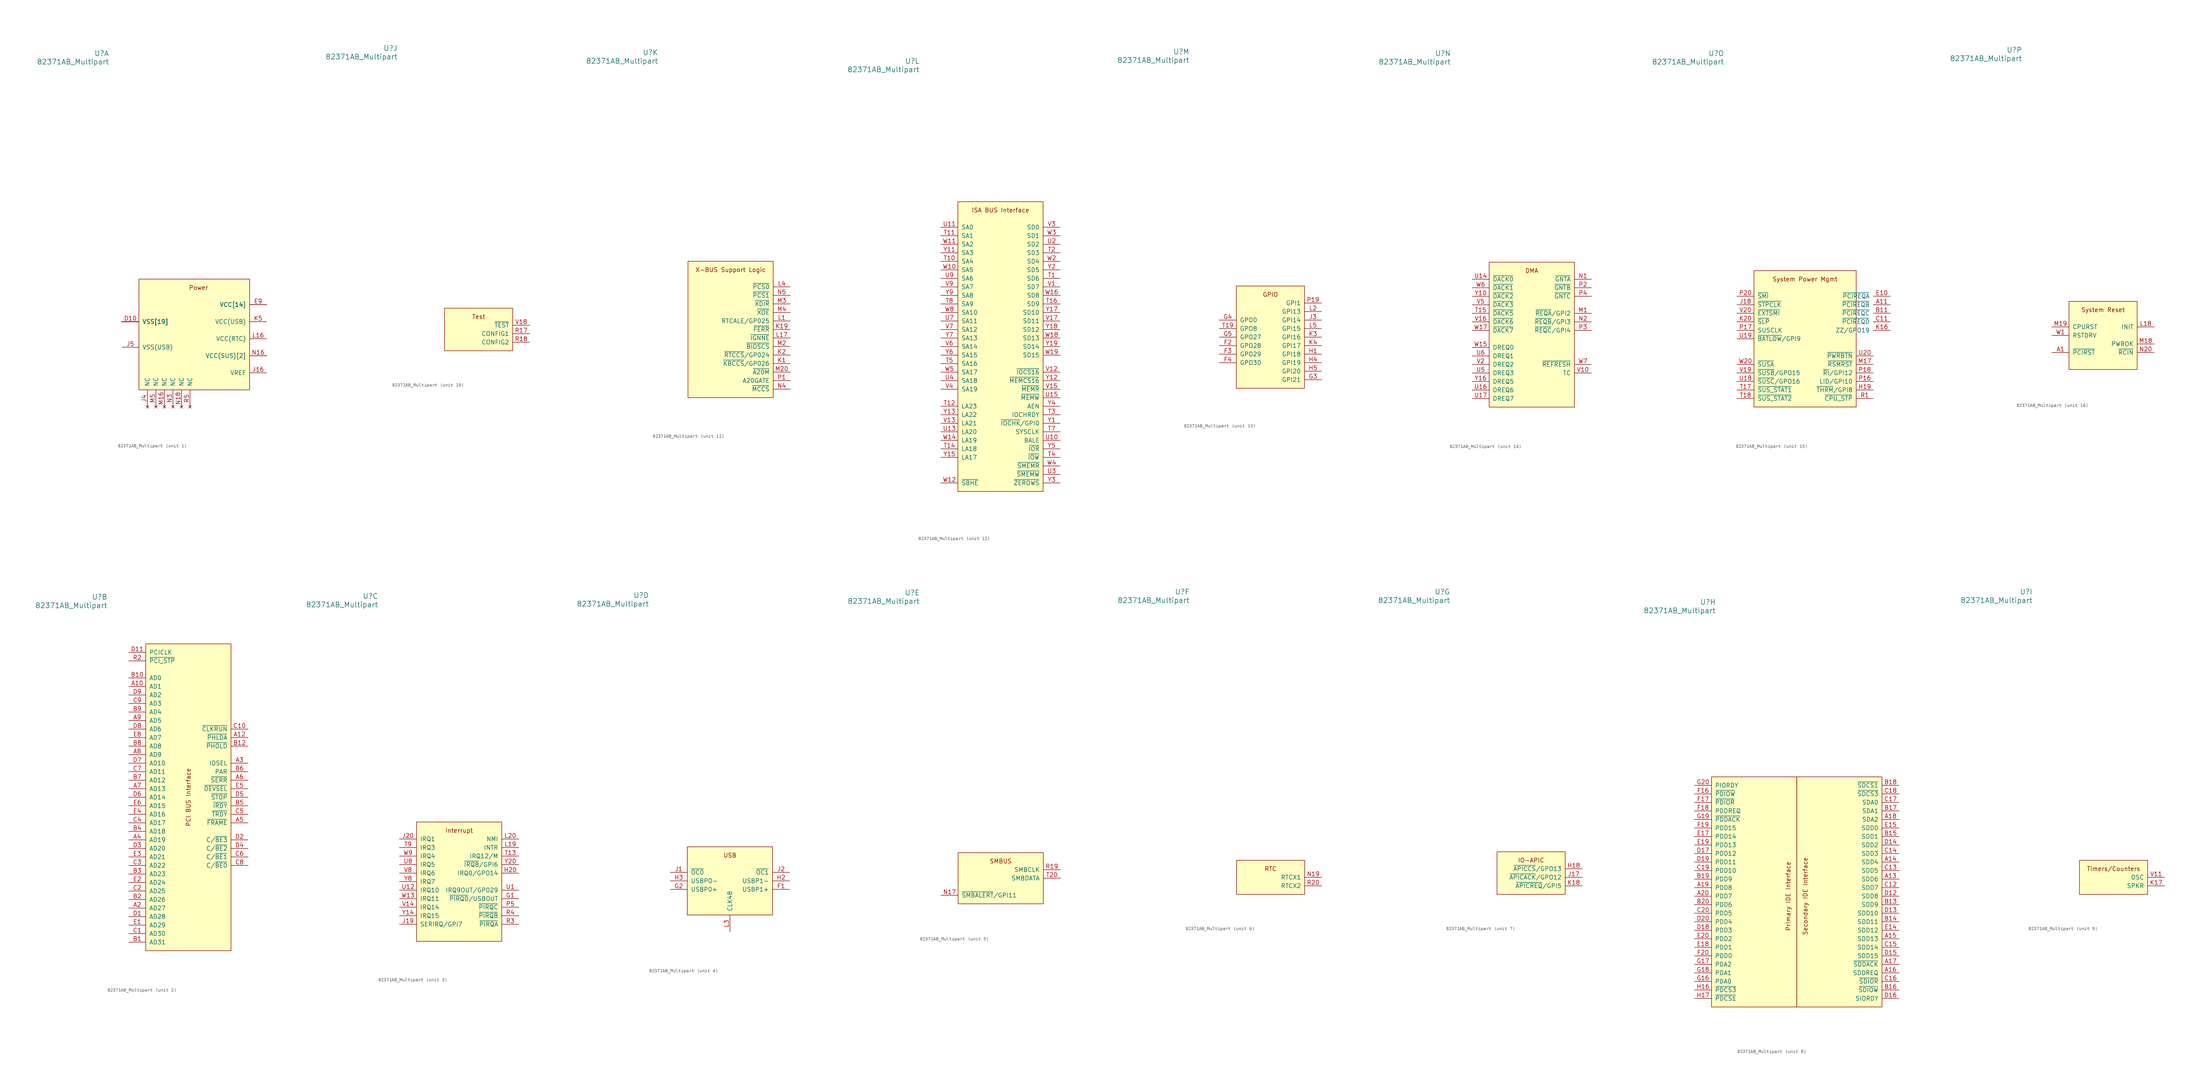
<source format=kicad_sym>
(kicad_symbol_lib
  (version 20211014)
  (generator kicad_symbol_editor)
  (symbol "82371AB_Multipart"
    (pin_names
      (offset 1.016))
    (property "Reference" "U"
      (at -24.13 85.09 0)
      (effects (font (size 1.524 1.524)) (justify right)))
    (property "Value" "82371AB_Multipart"
      (at -24.13 82.55 0)
      (effects (font (size 1.524 1.524)) (justify right)))
    (symbol "82371AB_Multipart_1_0"
      (text "Power" (at 2.54 15.24 0) (effects (font (size 1.27 1.27)))))
    (symbol "82371AB_Multipart_1_1"
      (rectangle (start -15.24 17.78) (end 17.78 -15.24) (stroke (width 0.152) (type default) (color 0 0 0 0)) (fill (type background)))
      (pin power_in line (at -20.32 5.08 0) (length 5.08) (name "VSS[19]" (effects (font (size 1.27 1.27)))) (number "D10" (effects (font (size 1.27 1.27)))))
      (pin power_in line (at 22.86 10.16 180) (length 5.08) (name "VCC[14]" (effects (font (size 1.27 1.27)))) (number "E11" (effects (font (size 0 0)))))
      (pin power_in line (at 22.86 10.16 180) (length 5.08) (name "VCC[14]" (effects (font (size 1.27 1.27)))) (number "E12" (effects (font (size 0 0)))))
      (pin power_in line (at -20.32 5.08 0) (length 5.08) (name "VSS[19]" (effects (font (size 1.27 1.27)))) (number "E13" (effects (font (size 0 0)))))
      (pin power_in line (at 22.86 10.16 180) (length 5.08) (name "VCC[14]" (effects (font (size 1.27 1.27)))) (number "E16" (effects (font (size 0 0)))))
      (pin power_in line (at -20.32 5.08 0) (length 5.08) (name "VSS[19]" (effects (font (size 1.27 1.27)))) (number "E7" (effects (font (size 0 0)))))
      (pin power_in line (at 22.86 10.16 180) (length 5.08) (name "VCC[14]" (effects (font (size 1.27 1.27)))) (number "E9" (effects (font (size 1.27 1.27)))))
      (pin power_in line (at 22.86 10.16 180) (length 5.08) (name "VCC[14]" (effects (font (size 1.27 1.27)))) (number "F14" (effects (font (size 0 0)))))
      (pin power_in line (at 22.86 10.16 180) (length 5.08) (name "VCC[14]" (effects (font (size 1.27 1.27)))) (number "F15" (effects (font (size 0 0)))))
      (pin power_in line (at 22.86 10.16 180) (length 5.08) (name "VCC[14]" (effects (font (size 1.27 1.27)))) (number "F5" (effects (font (size 0 0)))))
      (pin power_in line (at 22.86 10.16 180) (length 5.08) (name "VCC[14]" (effects (font (size 1.27 1.27)))) (number "F6" (effects (font (size 0 0)))))
      (pin power_in line (at 22.86 10.16 180) (length 5.08) (name "VCC[14]" (effects (font (size 1.27 1.27)))) (number "G6" (effects (font (size 0 0)))))
      (pin power_in line (at -20.32 5.08 0) (length 5.08) (name "VSS[19]" (effects (font (size 1.27 1.27)))) (number "J10" (effects (font (size 0 0)))))
      (pin power_in line (at -20.32 5.08 0) (length 5.08) (name "VSS[19]" (effects (font (size 1.27 1.27)))) (number "J11" (effects (font (size 0 0)))))
      (pin power_in line (at -20.32 5.08 0) (length 5.08) (name "VSS[19]" (effects (font (size 1.27 1.27)))) (number "J12" (effects (font (size 0 0)))))
      (pin power_in line (at 22.86 -10.16 180) (length 5.08) (name "VREF" (effects (font (size 1.27 1.27)))) (number "J16" (effects (font (size 1.27 1.27)))))
      (pin no_connect line (at -12.7 -20.32 90) (length 5.08) (name "NC" (effects (font (size 1.27 1.27)))) (number "J4" (effects (font (size 1.27 1.27)))))
      (pin power_in line (at -20.32 -2.54 0) (length 5.08) (name "VSS(USB)" (effects (font (size 1.27 1.27)))) (number "J5" (effects (font (size 1.27 1.27)))))
      (pin power_in line (at -20.32 5.08 0) (length 5.08) (name "VSS[19]" (effects (font (size 1.27 1.27)))) (number "J9" (effects (font (size 0 0)))))
      (pin power_in line (at -20.32 5.08 0) (length 5.08) (name "VSS[19]" (effects (font (size 1.27 1.27)))) (number "K10" (effects (font (size 0 0)))))
      (pin power_in line (at -20.32 5.08 0) (length 5.08) (name "VSS[19]" (effects (font (size 1.27 1.27)))) (number "K11" (effects (font (size 0 0)))))
      (pin power_in line (at -20.32 5.08 0) (length 5.08) (name "VSS[19]" (effects (font (size 1.27 1.27)))) (number "K12" (effects (font (size 0 0)))))
      (pin power_in line (at 22.86 5.08 180) (length 5.08) (name "VCC(USB)" (effects (font (size 1.27 1.27)))) (number "K5" (effects (font (size 1.27 1.27)))))
      (pin power_in line (at -20.32 5.08 0) (length 5.08) (name "VSS[19]" (effects (font (size 1.27 1.27)))) (number "K9" (effects (font (size 0 0)))))
      (pin power_in line (at -20.32 5.08 0) (length 5.08) (name "VSS[19]" (effects (font (size 1.27 1.27)))) (number "L10" (effects (font (size 0 0)))))
      (pin power_in line (at -20.32 5.08 0) (length 5.08) (name "VSS[19]" (effects (font (size 1.27 1.27)))) (number "L11" (effects (font (size 0 0)))))
      (pin power_in line (at -20.32 5.08 0) (length 5.08) (name "VSS[19]" (effects (font (size 1.27 1.27)))) (number "L12" (effects (font (size 0 0)))))
      (pin power_in line (at 22.86 0 180) (length 5.08) (name "VCC(RTC)" (effects (font (size 1.27 1.27)))) (number "L16" (effects (font (size 1.27 1.27)))))
      (pin power_in line (at -20.32 5.08 0) (length 5.08) (name "VSS[19]" (effects (font (size 1.27 1.27)))) (number "L9" (effects (font (size 0 0)))))
      (pin power_in line (at -20.32 5.08 0) (length 5.08) (name "VSS[19]" (effects (font (size 1.27 1.27)))) (number "M10" (effects (font (size 0 0)))))
      (pin power_in line (at -20.32 5.08 0) (length 5.08) (name "VSS[19]" (effects (font (size 1.27 1.27)))) (number "M11" (effects (font (size 0 0)))))
      (pin power_in line (at -20.32 5.08 0) (length 5.08) (name "VSS[19]" (effects (font (size 1.27 1.27)))) (number "M12" (effects (font (size 0 0)))))
      (pin no_connect line (at -7.62 -20.32 90) (length 5.08) (name "NC" (effects (font (size 1.27 1.27)))) (number "M16" (effects (font (size 1.27 1.27)))))
      (pin no_connect line (at -10.16 -20.32 90) (length 5.08) (name "NC" (effects (font (size 1.27 1.27)))) (number "M5" (effects (font (size 1.27 1.27)))))
      (pin power_in line (at -20.32 5.08 0) (length 5.08) (name "VSS[19]" (effects (font (size 1.27 1.27)))) (number "M9" (effects (font (size 0 0)))))
      (pin power_in line (at 22.86 -5.08 180) (length 5.08) (name "VCC(SUS)[2]" (effects (font (size 1.27 1.27)))) (number "N16" (effects (font (size 1.27 1.27)))))
      (pin no_connect line (at -2.54 -20.32 90) (length 5.08) (name "NC" (effects (font (size 1.27 1.27)))) (number "N18" (effects (font (size 1.27 1.27)))))
      (pin no_connect line (at -5.08 -20.32 90) (length 5.08) (name "NC" (effects (font (size 1.27 1.27)))) (number "N3" (effects (font (size 1.27 1.27)))))
      (pin power_in line (at 22.86 10.16 180) (length 5.08) (name "VCC[14]" (effects (font (size 1.27 1.27)))) (number "P15" (effects (font (size 0 0)))))
      (pin power_in line (at 22.86 10.16 180) (length 5.08) (name "VCC[14]" (effects (font (size 1.27 1.27)))) (number "R15" (effects (font (size 0 0)))))
      (pin power_in line (at 22.86 -5.08 180) (length 5.08) (name "VCC(SUS)[2]" (effects (font (size 1.27 1.27)))) (number "R16" (effects (font (size 0 0)))))
      (pin no_connect line (at 0 -20.32 90) (length 5.08) (name "NC" (effects (font (size 1.27 1.27)))) (number "R5" (effects (font (size 1.27 1.27)))))
      (pin power_in line (at 22.86 10.16 180) (length 5.08) (name "VCC[14]" (effects (font (size 1.27 1.27)))) (number "R6" (effects (font (size 0 0)))))
      (pin power_in line (at 22.86 10.16 180) (length 5.08) (name "VCC[14]" (effects (font (size 1.27 1.27)))) (number "R7" (effects (font (size 0 0)))))
      (pin power_in line (at 22.86 10.16 180) (length 5.08) (name "VCC[14]" (effects (font (size 1.27 1.27)))) (number "T6" (effects (font (size 0 0))))))
    (symbol "82371AB_Multipart_2_0"
      (text "PCI BUS Interface" (at 0 25.4 900) (effects (font (size 1.27 1.27)))))
    (symbol "82371AB_Multipart_2_1"
      (rectangle (start -12.7 71.12) (end 12.7 -20.32) (stroke (width 0.152) (type default) (color 0 0 0 0)) (fill (type background)))
      (pin tri_state line (at -17.78 58.42 0) (length 5.08) (name "AD1" (effects (font (size 1.27 1.27)))) (number "A10" (effects (font (size 1.27 1.27)))))
      (pin input line (at 17.78 43.18 180) (length 5.08) (name "~{PHLDA}" (effects (font (size 1.27 1.27)))) (number "A12" (effects (font (size 1.27 1.27)))))
      (pin tri_state line (at -17.78 -7.62 0) (length 5.08) (name "AD27" (effects (font (size 1.27 1.27)))) (number "A2" (effects (font (size 1.27 1.27)))))
      (pin input line (at 17.78 35.56 180) (length 5.08) (name "IDSEL" (effects (font (size 1.27 1.27)))) (number "A3" (effects (font (size 1.27 1.27)))))
      (pin tri_state line (at -17.78 12.7 0) (length 5.08) (name "AD19" (effects (font (size 1.27 1.27)))) (number "A4" (effects (font (size 1.27 1.27)))))
      (pin tri_state line (at 17.78 17.78 180) (length 5.08) (name "~{FRAME}" (effects (font (size 1.27 1.27)))) (number "A5" (effects (font (size 1.27 1.27)))))
      (pin tri_state line (at 17.78 30.48 180) (length 5.08) (name "~{SERR}" (effects (font (size 1.27 1.27)))) (number "A6" (effects (font (size 1.27 1.27)))))
      (pin tri_state line (at -17.78 27.94 0) (length 5.08) (name "AD13" (effects (font (size 1.27 1.27)))) (number "A7" (effects (font (size 1.27 1.27)))))
      (pin tri_state line (at -17.78 38.1 0) (length 5.08) (name "AD9" (effects (font (size 1.27 1.27)))) (number "A8" (effects (font (size 1.27 1.27)))))
      (pin tri_state line (at -17.78 48.26 0) (length 5.08) (name "AD5" (effects (font (size 1.27 1.27)))) (number "A9" (effects (font (size 1.27 1.27)))))
      (pin tri_state line (at -17.78 -17.78 0) (length 5.08) (name "AD31" (effects (font (size 1.27 1.27)))) (number "B1" (effects (font (size 1.27 1.27)))))
      (pin tri_state line (at -17.78 60.96 0) (length 5.08) (name "AD0" (effects (font (size 1.27 1.27)))) (number "B10" (effects (font (size 1.27 1.27)))))
      (pin output line (at 17.78 40.64 180) (length 5.08) (name "~{PHOLD}" (effects (font (size 1.27 1.27)))) (number "B12" (effects (font (size 1.27 1.27)))))
      (pin tri_state line (at -17.78 -5.08 0) (length 5.08) (name "AD26" (effects (font (size 1.27 1.27)))) (number "B2" (effects (font (size 1.27 1.27)))))
      (pin tri_state line (at -17.78 2.54 0) (length 5.08) (name "AD23" (effects (font (size 1.27 1.27)))) (number "B3" (effects (font (size 1.27 1.27)))))
      (pin tri_state line (at -17.78 15.24 0) (length 5.08) (name "AD18" (effects (font (size 1.27 1.27)))) (number "B4" (effects (font (size 1.27 1.27)))))
      (pin tri_state line (at 17.78 22.86 180) (length 5.08) (name "~{IRDY}" (effects (font (size 1.27 1.27)))) (number "B5" (effects (font (size 1.27 1.27)))))
      (pin output line (at 17.78 33.02 180) (length 5.08) (name "PAR" (effects (font (size 1.27 1.27)))) (number "B6" (effects (font (size 1.27 1.27)))))
      (pin tri_state line (at -17.78 30.48 0) (length 5.08) (name "AD12" (effects (font (size 1.27 1.27)))) (number "B7" (effects (font (size 1.27 1.27)))))
      (pin tri_state line (at -17.78 40.64 0) (length 5.08) (name "AD8" (effects (font (size 1.27 1.27)))) (number "B8" (effects (font (size 1.27 1.27)))))
      (pin tri_state line (at -17.78 50.8 0) (length 5.08) (name "AD4" (effects (font (size 1.27 1.27)))) (number "B9" (effects (font (size 1.27 1.27)))))
      (pin tri_state line (at -17.78 -15.24 0) (length 5.08) (name "AD30" (effects (font (size 1.27 1.27)))) (number "C1" (effects (font (size 1.27 1.27)))))
      (pin tri_state line (at 17.78 45.72 180) (length 5.08) (name "~{CLKRUN}" (effects (font (size 1.27 1.27)))) (number "C10" (effects (font (size 1.27 1.27)))))
      (pin tri_state line (at -17.78 -2.54 0) (length 5.08) (name "AD25" (effects (font (size 1.27 1.27)))) (number "C2" (effects (font (size 1.27 1.27)))))
      (pin tri_state line (at -17.78 5.08 0) (length 5.08) (name "AD22" (effects (font (size 1.27 1.27)))) (number "C3" (effects (font (size 1.27 1.27)))))
      (pin tri_state line (at -17.78 17.78 0) (length 5.08) (name "AD17" (effects (font (size 1.27 1.27)))) (number "C4" (effects (font (size 1.27 1.27)))))
      (pin tri_state line (at 17.78 20.32 180) (length 5.08) (name "~{TRDY}" (effects (font (size 1.27 1.27)))) (number "C5" (effects (font (size 1.27 1.27)))))
      (pin tri_state line (at 17.78 7.62 180) (length 5.08) (name "C/~{BE1}" (effects (font (size 1.27 1.27)))) (number "C6" (effects (font (size 1.27 1.27)))))
      (pin tri_state line (at -17.78 33.02 0) (length 5.08) (name "AD11" (effects (font (size 1.27 1.27)))) (number "C7" (effects (font (size 1.27 1.27)))))
      (pin tri_state line (at 17.78 5.08 180) (length 5.08) (name "C/~{BE0}" (effects (font (size 1.27 1.27)))) (number "C8" (effects (font (size 1.27 1.27)))))
      (pin tri_state line (at -17.78 53.34 0) (length 5.08) (name "AD3" (effects (font (size 1.27 1.27)))) (number "C9" (effects (font (size 1.27 1.27)))))
      (pin tri_state line (at -17.78 -10.16 0) (length 5.08) (name "AD28" (effects (font (size 1.27 1.27)))) (number "D1" (effects (font (size 1.27 1.27)))))
      (pin input line (at -17.78 68.58 0) (length 5.08) (name "PCICLK" (effects (font (size 1.27 1.27)))) (number "D11" (effects (font (size 1.27 1.27)))))
      (pin tri_state line (at 17.78 12.7 180) (length 5.08) (name "C/~{BE3}" (effects (font (size 1.27 1.27)))) (number "D2" (effects (font (size 1.27 1.27)))))
      (pin tri_state line (at -17.78 10.16 0) (length 5.08) (name "AD20" (effects (font (size 1.27 1.27)))) (number "D3" (effects (font (size 1.27 1.27)))))
      (pin tri_state line (at 17.78 10.16 180) (length 5.08) (name "C/~{BE2}" (effects (font (size 1.27 1.27)))) (number "D4" (effects (font (size 1.27 1.27)))))
      (pin tri_state line (at 17.78 25.4 180) (length 5.08) (name "~{STOP}" (effects (font (size 1.27 1.27)))) (number "D5" (effects (font (size 1.27 1.27)))))
      (pin tri_state line (at -17.78 25.4 0) (length 5.08) (name "AD14" (effects (font (size 1.27 1.27)))) (number "D6" (effects (font (size 1.27 1.27)))))
      (pin tri_state line (at -17.78 35.56 0) (length 5.08) (name "AD10" (effects (font (size 1.27 1.27)))) (number "D7" (effects (font (size 1.27 1.27)))))
      (pin tri_state line (at -17.78 45.72 0) (length 5.08) (name "AD6" (effects (font (size 1.27 1.27)))) (number "D8" (effects (font (size 1.27 1.27)))))
      (pin tri_state line (at -17.78 55.88 0) (length 5.08) (name "AD2" (effects (font (size 1.27 1.27)))) (number "D9" (effects (font (size 1.27 1.27)))))
      (pin tri_state line (at -17.78 -12.7 0) (length 5.08) (name "AD29" (effects (font (size 1.27 1.27)))) (number "E1" (effects (font (size 1.27 1.27)))))
      (pin tri_state line (at -17.78 0 0) (length 5.08) (name "AD24" (effects (font (size 1.27 1.27)))) (number "E2" (effects (font (size 1.27 1.27)))))
      (pin tri_state line (at -17.78 7.62 0) (length 5.08) (name "AD21" (effects (font (size 1.27 1.27)))) (number "E3" (effects (font (size 1.27 1.27)))))
      (pin tri_state line (at -17.78 20.32 0) (length 5.08) (name "AD16" (effects (font (size 1.27 1.27)))) (number "E4" (effects (font (size 1.27 1.27)))))
      (pin tri_state line (at 17.78 27.94 180) (length 5.08) (name "~{DEVSEL}" (effects (font (size 1.27 1.27)))) (number "E5" (effects (font (size 1.27 1.27)))))
      (pin tri_state line (at -17.78 22.86 0) (length 5.08) (name "AD15" (effects (font (size 1.27 1.27)))) (number "E6" (effects (font (size 1.27 1.27)))))
      (pin tri_state line (at -17.78 43.18 0) (length 5.08) (name "AD7" (effects (font (size 1.27 1.27)))) (number "E8" (effects (font (size 1.27 1.27)))))
      (pin output line (at -17.78 66.04 0) (length 5.08) (name "~{PCI_STP}" (effects (font (size 1.27 1.27)))) (number "R2" (effects (font (size 1.27 1.27))))))
    (symbol "82371AB_Multipart_3_0"
      (rectangle (start -12.7 17.78) (end 12.7 -17.78) (stroke (width 0.152) (type default) (color 0 0 0 0)) (fill (type background)))
      (text "Interrupt" (at 0 15.24 0) (effects (font (size 1.27 1.27)))))
    (symbol "82371AB_Multipart_3_1"
      (pin tri_state line (at 17.78 -5.08 180) (length 5.08) (name "~{PIRQD}/USBOUT" (effects (font (size 1.27 1.27)))) (number "G1" (effects (font (size 1.27 1.27)))))
      (pin output line (at 17.78 2.54 180) (length 5.08) (name "IRQ0/GPO14" (effects (font (size 1.27 1.27)))) (number "H20" (effects (font (size 1.27 1.27)))))
      (pin tri_state line (at -17.78 -12.7 0) (length 5.08) (name "SERIRQ/GPI7" (effects (font (size 1.27 1.27)))) (number "J19" (effects (font (size 1.27 1.27)))))
      (pin input line (at -17.78 12.7 0) (length 5.08) (name "IRQ1" (effects (font (size 1.27 1.27)))) (number "J20" (effects (font (size 1.27 1.27)))))
      (pin open_collector line (at 17.78 10.16 180) (length 5.08) (name "INTR" (effects (font (size 1.27 1.27)))) (number "L19" (effects (font (size 1.27 1.27)))))
      (pin open_collector line (at 17.78 12.7 180) (length 5.08) (name "NMI" (effects (font (size 1.27 1.27)))) (number "L20" (effects (font (size 1.27 1.27)))))
      (pin tri_state line (at 17.78 -7.62 180) (length 5.08) (name "~{PIRQC}" (effects (font (size 1.27 1.27)))) (number "P5" (effects (font (size 1.27 1.27)))))
      (pin tri_state line (at 17.78 -12.7 180) (length 5.08) (name "~{PIRQA}" (effects (font (size 1.27 1.27)))) (number "R3" (effects (font (size 1.27 1.27)))))
      (pin tri_state line (at 17.78 -10.16 180) (length 5.08) (name "~{PIRQB}" (effects (font (size 1.27 1.27)))) (number "R4" (effects (font (size 1.27 1.27)))))
      (pin input line (at 17.78 7.62 180) (length 5.08) (name "IRQ12/M" (effects (font (size 1.27 1.27)))) (number "T13" (effects (font (size 1.27 1.27)))))
      (pin input line (at -17.78 10.16 0) (length 5.08) (name "IRQ3" (effects (font (size 1.27 1.27)))) (number "T9" (effects (font (size 1.27 1.27)))))
      (pin output line (at 17.78 -2.54 180) (length 5.08) (name "IRQ9OUT/GP029" (effects (font (size 1.27 1.27)))) (number "U1" (effects (font (size 1.27 1.27)))))
      (pin input line (at -17.78 -2.54 0) (length 5.08) (name "IRQ10" (effects (font (size 1.27 1.27)))) (number "U12" (effects (font (size 1.27 1.27)))))
      (pin input line (at -17.78 5.08 0) (length 5.08) (name "IRQ5" (effects (font (size 1.27 1.27)))) (number "U8" (effects (font (size 1.27 1.27)))))
      (pin input line (at -17.78 -7.62 0) (length 5.08) (name "IRQ14" (effects (font (size 1.27 1.27)))) (number "V14" (effects (font (size 1.27 1.27)))))
      (pin input line (at -17.78 2.54 0) (length 5.08) (name "IRQ6" (effects (font (size 1.27 1.27)))) (number "V8" (effects (font (size 1.27 1.27)))))
      (pin input line (at -17.78 -5.08 0) (length 5.08) (name "IRQ11" (effects (font (size 1.27 1.27)))) (number "W13" (effects (font (size 1.27 1.27)))))
      (pin input line (at -17.78 7.62 0) (length 5.08) (name "IRQ4" (effects (font (size 1.27 1.27)))) (number "W9" (effects (font (size 1.27 1.27)))))
      (pin input line (at -17.78 -10.16 0) (length 5.08) (name "IRQ15" (effects (font (size 1.27 1.27)))) (number "Y14" (effects (font (size 1.27 1.27)))))
      (pin tri_state line (at 17.78 5.08 180) (length 5.08) (name "~{IRQ8}/GPI6" (effects (font (size 1.27 1.27)))) (number "Y20" (effects (font (size 1.27 1.27)))))
      (pin input line (at -17.78 0 0) (length 5.08) (name "IRQ7" (effects (font (size 1.27 1.27)))) (number "Y8" (effects (font (size 1.27 1.27))))))
    (symbol "82371AB_Multipart_4_0"
      (rectangle (start -12.7 10.16) (end 12.7 -10.16) (stroke (width 0.152) (type default) (color 0 0 0 0)) (fill (type background)))
      (text "USB" (at 0 7.62 0) (effects (font (size 1.27 1.27)))))
    (symbol "82371AB_Multipart_4_1"
      (pin tri_state line (at 17.78 -2.54 180) (length 5.08) (name "USBP1+" (effects (font (size 1.27 1.27)))) (number "F1" (effects (font (size 1.27 1.27)))))
      (pin tri_state line (at -17.78 -2.54 0) (length 5.08) (name "USBP0+" (effects (font (size 1.27 1.27)))) (number "G2" (effects (font (size 1.27 1.27)))))
      (pin tri_state line (at 17.78 0 180) (length 5.08) (name "USBP1-" (effects (font (size 1.27 1.27)))) (number "H2" (effects (font (size 1.27 1.27)))))
      (pin tri_state line (at -17.78 0 0) (length 5.08) (name "USBPO-" (effects (font (size 1.27 1.27)))) (number "H3" (effects (font (size 1.27 1.27)))))
      (pin input line (at -17.78 2.54 0) (length 5.08) (name "~{OC0}" (effects (font (size 1.27 1.27)))) (number "J1" (effects (font (size 1.27 1.27)))))
      (pin input line (at 17.78 2.54 180) (length 5.08) (name "~{OC1}" (effects (font (size 1.27 1.27)))) (number "J2" (effects (font (size 1.27 1.27)))))
      (pin input line (at 0 -15.24 90) (length 5.08) (name "CLK48" (effects (font (size 1.27 1.27)))) (number "L3" (effects (font (size 1.27 1.27))))))
    (symbol "82371AB_Multipart_5_0"
      (rectangle (start -12.7 7.62) (end 12.7 -7.62) (stroke (width 0.152) (type default) (color 0 0 0 0)) (fill (type background)))
      (text "SMBUS" (at 0 5.08 0) (effects (font (size 1.27 1.27)))))
    (symbol "82371AB_Multipart_5_1"
      (pin input line (at -17.78 -5.08 0) (length 5.08) (name "~{SMBALERT}/GPI11" (effects (font (size 1.27 1.27)))) (number "N17" (effects (font (size 1.27 1.27)))))
      (pin tri_state line (at 17.78 2.54 180) (length 5.08) (name "SMBCLK" (effects (font (size 1.27 1.27)))) (number "R19" (effects (font (size 1.27 1.27)))))
      (pin tri_state line (at 17.78 0 180) (length 5.08) (name "SMBDATA" (effects (font (size 1.27 1.27)))) (number "T20" (effects (font (size 1.27 1.27))))))
    (symbol "82371AB_Multipart_6_0"
      (rectangle (start -10.16 5.08) (end 10.16 -5.08) (stroke (width 0.152) (type default) (color 0 0 0 0)) (fill (type background)))
      (text "RTC" (at 0 2.54 0) (effects (font (size 1.27 1.27)))))
    (symbol "82371AB_Multipart_6_1"
      (pin tri_state line (at 15.24 0 180) (length 5.08) (name "RTCX1" (effects (font (size 1.27 1.27)))) (number "N19" (effects (font (size 1.27 1.27)))))
      (pin tri_state line (at 15.24 -2.54 180) (length 5.08) (name "RTCX2" (effects (font (size 1.27 1.27)))) (number "R20" (effects (font (size 1.27 1.27))))))
    (symbol "82371AB_Multipart_7_0"
      (rectangle (start -10.16 7.62) (end 10.16 -5.08) (stroke (width 0.152) (type default) (color 0 0 0 0)) (fill (type background)))
      (text "IO-APIC" (at 0 5.08 0) (effects (font (size 1.27 1.27)))))
    (symbol "82371AB_Multipart_7_1"
      (pin output line (at 15.24 2.54 180) (length 5.08) (name "~{APICCS}/GPO13" (effects (font (size 1.27 1.27)))) (number "H18" (effects (font (size 1.27 1.27)))))
      (pin output line (at 15.24 0 180) (length 5.08) (name "~{APICACK}/GPO12" (effects (font (size 1.27 1.27)))) (number "J17" (effects (font (size 1.27 1.27)))))
      (pin input line (at 15.24 -2.54 180) (length 5.08) (name "~{APICREQ}/GPI5" (effects (font (size 1.27 1.27)))) (number "K18" (effects (font (size 1.27 1.27))))))
    (symbol "82371AB_Multipart_8_0"
      (rectangle (start 0 -35.56) (end 25.4 33.02) (stroke (width 0.152) (type default) (color 0 0 0 0)) (fill (type background)))
      (rectangle (start 0 33.02) (end -25.4 -35.56) (stroke (width 0.152) (type default) (color 0 0 0 0)) (fill (type background)))
      (text "Primary IDE Interface" (at -2.54 -2.54 900) (effects (font (size 1.27 1.27))))
      (text "Secondary IDE Interface" (at 2.54 -2.54 900) (effects (font (size 1.27 1.27)))))
    (symbol "82371AB_Multipart_8_1"
      (pin tri_state line (at 30.48 2.54 180) (length 5.08) (name "SDD6" (effects (font (size 1.27 1.27)))) (number "A13" (effects (font (size 1.27 1.27)))))
      (pin tri_state line (at 30.48 7.62 180) (length 5.08) (name "SDD4" (effects (font (size 1.27 1.27)))) (number "A14" (effects (font (size 1.27 1.27)))))
      (pin tri_state line (at 30.48 -15.24 180) (length 5.08) (name "SDD13" (effects (font (size 1.27 1.27)))) (number "A15" (effects (font (size 1.27 1.27)))))
      (pin input line (at 30.48 -25.4 180) (length 5.08) (name "SDDREQ" (effects (font (size 1.27 1.27)))) (number "A16" (effects (font (size 1.27 1.27)))))
      (pin output line (at 30.48 -22.86 180) (length 5.08) (name "~{SDDACK}" (effects (font (size 1.27 1.27)))) (number "A17" (effects (font (size 1.27 1.27)))))
      (pin output line (at 30.48 20.32 180) (length 5.08) (name "SDA2" (effects (font (size 1.27 1.27)))) (number "A18" (effects (font (size 1.27 1.27)))))
      (pin tri_state line (at -30.48 0 0) (length 5.08) (name "PDD8" (effects (font (size 1.27 1.27)))) (number "A19" (effects (font (size 1.27 1.27)))))
      (pin tri_state line (at -30.48 -2.54 0) (length 5.08) (name "PDD7" (effects (font (size 1.27 1.27)))) (number "A20" (effects (font (size 1.27 1.27)))))
      (pin tri_state line (at 30.48 -5.08 180) (length 5.08) (name "SDD9" (effects (font (size 1.27 1.27)))) (number "B13" (effects (font (size 1.27 1.27)))))
      (pin tri_state line (at 30.48 -10.16 180) (length 5.08) (name "SDD11" (effects (font (size 1.27 1.27)))) (number "B14" (effects (font (size 1.27 1.27)))))
      (pin tri_state line (at 30.48 15.24 180) (length 5.08) (name "SDD1" (effects (font (size 1.27 1.27)))) (number "B15" (effects (font (size 1.27 1.27)))))
      (pin output line (at 30.48 -30.48 180) (length 5.08) (name "~{SDIOW}" (effects (font (size 1.27 1.27)))) (number "B16" (effects (font (size 1.27 1.27)))))
      (pin output line (at 30.48 22.86 180) (length 5.08) (name "SDA1" (effects (font (size 1.27 1.27)))) (number "B17" (effects (font (size 1.27 1.27)))))
      (pin output line (at 30.48 30.48 180) (length 5.08) (name "~{SDCS1}" (effects (font (size 1.27 1.27)))) (number "B18" (effects (font (size 1.27 1.27)))))
      (pin tri_state line (at -30.48 2.54 0) (length 5.08) (name "PDD9" (effects (font (size 1.27 1.27)))) (number "B19" (effects (font (size 1.27 1.27)))))
      (pin tri_state line (at -30.48 -5.08 0) (length 5.08) (name "PDD6" (effects (font (size 1.27 1.27)))) (number "B20" (effects (font (size 1.27 1.27)))))
      (pin tri_state line (at 30.48 0 180) (length 5.08) (name "SDD7" (effects (font (size 1.27 1.27)))) (number "C12" (effects (font (size 1.27 1.27)))))
      (pin tri_state line (at 30.48 5.08 180) (length 5.08) (name "SDD5" (effects (font (size 1.27 1.27)))) (number "C13" (effects (font (size 1.27 1.27)))))
      (pin tri_state line (at 30.48 10.16 180) (length 5.08) (name "SDD3" (effects (font (size 1.27 1.27)))) (number "C14" (effects (font (size 1.27 1.27)))))
      (pin tri_state line (at 30.48 -17.78 180) (length 5.08) (name "SDD14" (effects (font (size 1.27 1.27)))) (number "C15" (effects (font (size 1.27 1.27)))))
      (pin output line (at 30.48 -27.94 180) (length 5.08) (name "~{SDIOR}" (effects (font (size 1.27 1.27)))) (number "C16" (effects (font (size 1.27 1.27)))))
      (pin output line (at 30.48 25.4 180) (length 5.08) (name "SDA0" (effects (font (size 1.27 1.27)))) (number "C17" (effects (font (size 1.27 1.27)))))
      (pin output line (at 30.48 27.94 180) (length 5.08) (name "~{SDCS3}" (effects (font (size 1.27 1.27)))) (number "C18" (effects (font (size 1.27 1.27)))))
      (pin tri_state line (at -30.48 5.08 0) (length 5.08) (name "PDD10" (effects (font (size 1.27 1.27)))) (number "C19" (effects (font (size 1.27 1.27)))))
      (pin tri_state line (at -30.48 -7.62 0) (length 5.08) (name "PDD5" (effects (font (size 1.27 1.27)))) (number "C20" (effects (font (size 1.27 1.27)))))
      (pin tri_state line (at 30.48 -2.54 180) (length 5.08) (name "SDD8" (effects (font (size 1.27 1.27)))) (number "D12" (effects (font (size 1.27 1.27)))))
      (pin tri_state line (at 30.48 -7.62 180) (length 5.08) (name "SDD10" (effects (font (size 1.27 1.27)))) (number "D13" (effects (font (size 1.27 1.27)))))
      (pin tri_state line (at 30.48 12.7 180) (length 5.08) (name "SDD2" (effects (font (size 1.27 1.27)))) (number "D14" (effects (font (size 1.27 1.27)))))
      (pin tri_state line (at 30.48 -20.32 180) (length 5.08) (name "SDD15" (effects (font (size 1.27 1.27)))) (number "D15" (effects (font (size 1.27 1.27)))))
      (pin input line (at 30.48 -33.02 180) (length 5.08) (name "SIORDY" (effects (font (size 1.27 1.27)))) (number "D16" (effects (font (size 1.27 1.27)))))
      (pin tri_state line (at -30.48 10.16 0) (length 5.08) (name "PDD12" (effects (font (size 1.27 1.27)))) (number "D17" (effects (font (size 1.27 1.27)))))
      (pin tri_state line (at -30.48 -12.7 0) (length 5.08) (name "PDD3" (effects (font (size 1.27 1.27)))) (number "D18" (effects (font (size 1.27 1.27)))))
      (pin tri_state line (at -30.48 7.62 0) (length 5.08) (name "PDD11" (effects (font (size 1.27 1.27)))) (number "D19" (effects (font (size 1.27 1.27)))))
      (pin tri_state line (at -30.48 -10.16 0) (length 5.08) (name "PDD4" (effects (font (size 1.27 1.27)))) (number "D20" (effects (font (size 1.27 1.27)))))
      (pin tri_state line (at 30.48 -12.7 180) (length 5.08) (name "SDD12" (effects (font (size 1.27 1.27)))) (number "E14" (effects (font (size 1.27 1.27)))))
      (pin tri_state line (at 30.48 17.78 180) (length 5.08) (name "SDD0" (effects (font (size 1.27 1.27)))) (number "E15" (effects (font (size 1.27 1.27)))))
      (pin tri_state line (at -30.48 15.24 0) (length 5.08) (name "PDD14" (effects (font (size 1.27 1.27)))) (number "E17" (effects (font (size 1.27 1.27)))))
      (pin tri_state line (at -30.48 -17.78 0) (length 5.08) (name "PDD1" (effects (font (size 1.27 1.27)))) (number "E18" (effects (font (size 1.27 1.27)))))
      (pin tri_state line (at -30.48 12.7 0) (length 5.08) (name "PDD13" (effects (font (size 1.27 1.27)))) (number "E19" (effects (font (size 1.27 1.27)))))
      (pin tri_state line (at -30.48 -15.24 0) (length 5.08) (name "PDD2" (effects (font (size 1.27 1.27)))) (number "E20" (effects (font (size 1.27 1.27)))))
      (pin output line (at -30.48 27.94 0) (length 5.08) (name "~{PDIOW}" (effects (font (size 1.27 1.27)))) (number "F16" (effects (font (size 1.27 1.27)))))
      (pin output line (at -30.48 25.4 0) (length 5.08) (name "~{PDIOR}" (effects (font (size 1.27 1.27)))) (number "F17" (effects (font (size 1.27 1.27)))))
      (pin input line (at -30.48 22.86 0) (length 5.08) (name "PDDREQ" (effects (font (size 1.27 1.27)))) (number "F18" (effects (font (size 1.27 1.27)))))
      (pin tri_state line (at -30.48 17.78 0) (length 5.08) (name "PDD15" (effects (font (size 1.27 1.27)))) (number "F19" (effects (font (size 1.27 1.27)))))
      (pin tri_state line (at -30.48 -20.32 0) (length 5.08) (name "PDD0" (effects (font (size 1.27 1.27)))) (number "F20" (effects (font (size 1.27 1.27)))))
      (pin output line (at -30.48 -27.94 0) (length 5.08) (name "PDA0" (effects (font (size 1.27 1.27)))) (number "G16" (effects (font (size 1.27 1.27)))))
      (pin output line (at -30.48 -22.86 0) (length 5.08) (name "PDA2" (effects (font (size 1.27 1.27)))) (number "G17" (effects (font (size 1.27 1.27)))))
      (pin output line (at -30.48 -25.4 0) (length 5.08) (name "PDA1" (effects (font (size 1.27 1.27)))) (number "G18" (effects (font (size 1.27 1.27)))))
      (pin output line (at -30.48 20.32 0) (length 5.08) (name "~{PDDACK}" (effects (font (size 1.27 1.27)))) (number "G19" (effects (font (size 1.27 1.27)))))
      (pin input line (at -30.48 30.48 0) (length 5.08) (name "PIORDY" (effects (font (size 1.27 1.27)))) (number "G20" (effects (font (size 1.27 1.27)))))
      (pin output line (at -30.48 -30.48 0) (length 5.08) (name "~{PDCS3}" (effects (font (size 1.27 1.27)))) (number "H16" (effects (font (size 1.27 1.27)))))
      (pin output line (at -30.48 -33.02 0) (length 5.08) (name "~{PDCS1}" (effects (font (size 1.27 1.27)))) (number "H17" (effects (font (size 1.27 1.27))))))
    (symbol "82371AB_Multipart_9_0"
      (rectangle (start -10.16 5.08) (end 10.16 -5.08) (stroke (width 0.152) (type default) (color 0 0 0 0)) (fill (type background)))
      (text "Timers/Counters" (at 0 2.54 0) (effects (font (size 1.27 1.27)))))
    (symbol "82371AB_Multipart_9_1"
      (pin output line (at 15.24 -2.54 180) (length 5.08) (name "SPKR" (effects (font (size 1.27 1.27)))) (number "K17" (effects (font (size 1.27 1.27)))))
      (pin input line (at 15.24 0 180) (length 5.08) (name "OSC" (effects (font (size 1.27 1.27)))) (number "V11" (effects (font (size 1.27 1.27))))))
    (symbol "82371AB_Multipart_10_0"
      (rectangle (start -10.16 7.62) (end 10.16 -5.08) (stroke (width 0.152) (type default) (color 0 0 0 0)) (fill (type background)))
      (text "Test" (at 0 5.08 0) (effects (font (size 1.27 1.27)))))
    (symbol "82371AB_Multipart_10_1"
      (pin input line (at 15.24 0 180) (length 5.08) (name "CONFIG1" (effects (font (size 1.27 1.27)))) (number "R17" (effects (font (size 1.27 1.27)))))
      (pin input line (at 15.24 -2.54 180) (length 5.08) (name "CONFIG2" (effects (font (size 1.27 1.27)))) (number "R18" (effects (font (size 1.27 1.27)))))
      (pin input line (at 15.24 2.54 180) (length 5.08) (name "~{TEST}" (effects (font (size 1.27 1.27)))) (number "V18" (effects (font (size 1.27 1.27))))))
    (symbol "82371AB_Multipart_11_0"
      (rectangle (start -15.24 22.86) (end 10.16 -17.78) (stroke (width 0.152) (type default) (color 0 0 0 0)) (fill (type background)))
      (text "X-BUS Support Logic" (at -2.54 20.32 0) (effects (font (size 1.27 1.27)))))
    (symbol "82371AB_Multipart_11_1"
      (pin output line (at 15.24 -7.62 180) (length 5.08) (name "~{KBCCS}/GP026" (effects (font (size 1.27 1.27)))) (number "K1" (effects (font (size 1.27 1.27)))))
      (pin input line (at 15.24 2.54 180) (length 5.08) (name "~{FERR}" (effects (font (size 1.27 1.27)))) (number "K19" (effects (font (size 1.27 1.27)))))
      (pin output line (at 15.24 -5.08 180) (length 5.08) (name "~{RTCCS}/GP024" (effects (font (size 1.27 1.27)))) (number "K2" (effects (font (size 1.27 1.27)))))
      (pin output line (at 15.24 5.08 180) (length 5.08) (name "RTCALE/GP025" (effects (font (size 1.27 1.27)))) (number "L1" (effects (font (size 1.27 1.27)))))
      (pin open_collector line (at 15.24 0 180) (length 5.08) (name "~{IGNNE}" (effects (font (size 1.27 1.27)))) (number "L17" (effects (font (size 1.27 1.27)))))
      (pin output line (at 15.24 15.24 180) (length 5.08) (name "~{PCS0}" (effects (font (size 1.27 1.27)))) (number "L4" (effects (font (size 1.27 1.27)))))
      (pin output line (at 15.24 -2.54 180) (length 5.08) (name "~{BIOSCS}" (effects (font (size 1.27 1.27)))) (number "M2" (effects (font (size 1.27 1.27)))))
      (pin open_collector line (at 15.24 -10.16 180) (length 5.08) (name "~{A20M}" (effects (font (size 1.27 1.27)))) (number "M20" (effects (font (size 1.27 1.27)))))
      (pin output line (at 15.24 10.16 180) (length 5.08) (name "~{XDIR}" (effects (font (size 1.27 1.27)))) (number "M3" (effects (font (size 1.27 1.27)))))
      (pin output line (at 15.24 7.62 180) (length 5.08) (name "~{XOE}" (effects (font (size 1.27 1.27)))) (number "M4" (effects (font (size 1.27 1.27)))))
      (pin output line (at 15.24 -15.24 180) (length 5.08) (name "~{MCCS}" (effects (font (size 1.27 1.27)))) (number "N4" (effects (font (size 1.27 1.27)))))
      (pin output line (at 15.24 12.7 180) (length 5.08) (name "~{PCS1}" (effects (font (size 1.27 1.27)))) (number "N5" (effects (font (size 1.27 1.27)))))
      (pin open_collector line (at 15.24 -12.7 180) (length 5.08) (name "A20GATE" (effects (font (size 1.27 1.27)))) (number "P1" (effects (font (size 1.27 1.27))))))
    (symbol "82371AB_Multipart_12_0"
      (rectangle (start -12.7 43.18) (end 12.7 -43.18) (stroke (width 0.152) (type default) (color 0 0 0 0)) (fill (type background)))
      (text "ISA BUS Interface" (at 0 40.64 0) (effects (font (size 1.27 1.27)))))
    (symbol "82371AB_Multipart_12_1"
      (pin tri_state line (at 17.78 20.32 180) (length 5.08) (name "SD6" (effects (font (size 1.27 1.27)))) (number "T1" (effects (font (size 1.27 1.27)))))
      (pin tri_state line (at -17.78 25.4 0) (length 5.08) (name "SA4" (effects (font (size 1.27 1.27)))) (number "T10" (effects (font (size 1.27 1.27)))))
      (pin tri_state line (at -17.78 33.02 0) (length 5.08) (name "SA1" (effects (font (size 1.27 1.27)))) (number "T11" (effects (font (size 1.27 1.27)))))
      (pin output line (at -17.78 -17.78 0) (length 5.08) (name "LA23" (effects (font (size 1.27 1.27)))) (number "T12" (effects (font (size 1.27 1.27)))))
      (pin output line (at -17.78 -30.48 0) (length 5.08) (name "LA18" (effects (font (size 1.27 1.27)))) (number "T14" (effects (font (size 1.27 1.27)))))
      (pin tri_state line (at 17.78 12.7 180) (length 5.08) (name "SD9" (effects (font (size 1.27 1.27)))) (number "T16" (effects (font (size 1.27 1.27)))))
      (pin tri_state line (at 17.78 27.94 180) (length 5.08) (name "SD3" (effects (font (size 1.27 1.27)))) (number "T2" (effects (font (size 1.27 1.27)))))
      (pin tri_state line (at 17.78 -20.32 180) (length 5.08) (name "IOCHRDY" (effects (font (size 1.27 1.27)))) (number "T3" (effects (font (size 1.27 1.27)))))
      (pin tri_state line (at 17.78 -33.02 180) (length 5.08) (name "~{IOW}" (effects (font (size 1.27 1.27)))) (number "T4" (effects (font (size 1.27 1.27)))))
      (pin tri_state line (at -17.78 -5.08 0) (length 5.08) (name "SA16" (effects (font (size 1.27 1.27)))) (number "T5" (effects (font (size 1.27 1.27)))))
      (pin output line (at 17.78 -25.4 180) (length 5.08) (name "SYSCLK" (effects (font (size 1.27 1.27)))) (number "T7" (effects (font (size 1.27 1.27)))))
      (pin tri_state line (at -17.78 12.7 0) (length 5.08) (name "SA9" (effects (font (size 1.27 1.27)))) (number "T8" (effects (font (size 1.27 1.27)))))
      (pin output line (at 17.78 -27.94 180) (length 5.08) (name "BALE" (effects (font (size 1.27 1.27)))) (number "U10" (effects (font (size 1.27 1.27)))))
      (pin tri_state line (at -17.78 35.56 0) (length 5.08) (name "SA0" (effects (font (size 1.27 1.27)))) (number "U11" (effects (font (size 1.27 1.27)))))
      (pin output line (at -17.78 -25.4 0) (length 5.08) (name "LA20" (effects (font (size 1.27 1.27)))) (number "U13" (effects (font (size 1.27 1.27)))))
      (pin tri_state line (at 17.78 -15.24 180) (length 5.08) (name "~{MEMW}" (effects (font (size 1.27 1.27)))) (number "U15" (effects (font (size 1.27 1.27)))))
      (pin tri_state line (at 17.78 30.48 180) (length 5.08) (name "SD2" (effects (font (size 1.27 1.27)))) (number "U2" (effects (font (size 1.27 1.27)))))
      (pin output line (at 17.78 -38.1 180) (length 5.08) (name "~{SMEMW}" (effects (font (size 1.27 1.27)))) (number "U3" (effects (font (size 1.27 1.27)))))
      (pin tri_state line (at -17.78 -10.16 0) (length 5.08) (name "SA18" (effects (font (size 1.27 1.27)))) (number "U4" (effects (font (size 1.27 1.27)))))
      (pin tri_state line (at -17.78 7.62 0) (length 5.08) (name "SA11" (effects (font (size 1.27 1.27)))) (number "U7" (effects (font (size 1.27 1.27)))))
      (pin tri_state line (at -17.78 20.32 0) (length 5.08) (name "SA6" (effects (font (size 1.27 1.27)))) (number "U9" (effects (font (size 1.27 1.27)))))
      (pin tri_state line (at 17.78 17.78 180) (length 5.08) (name "SD7" (effects (font (size 1.27 1.27)))) (number "V1" (effects (font (size 1.27 1.27)))))
      (pin input line (at 17.78 -7.62 180) (length 5.08) (name "~{IOCS16}" (effects (font (size 1.27 1.27)))) (number "V12" (effects (font (size 1.27 1.27)))))
      (pin output line (at -17.78 -22.86 0) (length 5.08) (name "LA21" (effects (font (size 1.27 1.27)))) (number "V13" (effects (font (size 1.27 1.27)))))
      (pin tri_state line (at 17.78 -12.7 180) (length 5.08) (name "~{MEMR}" (effects (font (size 1.27 1.27)))) (number "V15" (effects (font (size 1.27 1.27)))))
      (pin tri_state line (at 17.78 7.62 180) (length 5.08) (name "SD11" (effects (font (size 1.27 1.27)))) (number "V17" (effects (font (size 1.27 1.27)))))
      (pin tri_state line (at 17.78 35.56 180) (length 5.08) (name "SD0" (effects (font (size 1.27 1.27)))) (number "V3" (effects (font (size 1.27 1.27)))))
      (pin tri_state line (at -17.78 -12.7 0) (length 5.08) (name "SA19" (effects (font (size 1.27 1.27)))) (number "V4" (effects (font (size 1.27 1.27)))))
      (pin tri_state line (at -17.78 0 0) (length 5.08) (name "SA14" (effects (font (size 1.27 1.27)))) (number "V6" (effects (font (size 1.27 1.27)))))
      (pin tri_state line (at -17.78 5.08 0) (length 5.08) (name "SA12" (effects (font (size 1.27 1.27)))) (number "V7" (effects (font (size 1.27 1.27)))))
      (pin tri_state line (at -17.78 17.78 0) (length 5.08) (name "SA7" (effects (font (size 1.27 1.27)))) (number "V9" (effects (font (size 1.27 1.27)))))
      (pin tri_state line (at -17.78 22.86 0) (length 5.08) (name "SA5" (effects (font (size 1.27 1.27)))) (number "W10" (effects (font (size 1.27 1.27)))))
      (pin tri_state line (at -17.78 30.48 0) (length 5.08) (name "SA2" (effects (font (size 1.27 1.27)))) (number "W11" (effects (font (size 1.27 1.27)))))
      (pin tri_state line (at -17.78 -40.64 0) (length 5.08) (name "~{SBHE}" (effects (font (size 1.27 1.27)))) (number "W12" (effects (font (size 1.27 1.27)))))
      (pin output line (at -17.78 -27.94 0) (length 5.08) (name "LA19" (effects (font (size 1.27 1.27)))) (number "W14" (effects (font (size 1.27 1.27)))))
      (pin tri_state line (at 17.78 15.24 180) (length 5.08) (name "SD8" (effects (font (size 1.27 1.27)))) (number "W16" (effects (font (size 1.27 1.27)))))
      (pin tri_state line (at 17.78 2.54 180) (length 5.08) (name "SD13" (effects (font (size 1.27 1.27)))) (number "W18" (effects (font (size 1.27 1.27)))))
      (pin tri_state line (at 17.78 -2.54 180) (length 5.08) (name "SD15" (effects (font (size 1.27 1.27)))) (number "W19" (effects (font (size 1.27 1.27)))))
      (pin tri_state line (at 17.78 25.4 180) (length 5.08) (name "SD4" (effects (font (size 1.27 1.27)))) (number "W2" (effects (font (size 1.27 1.27)))))
      (pin tri_state line (at 17.78 33.02 180) (length 5.08) (name "SD1" (effects (font (size 1.27 1.27)))) (number "W3" (effects (font (size 1.27 1.27)))))
      (pin output line (at 17.78 -35.56 180) (length 5.08) (name "~{SMEMR}" (effects (font (size 1.27 1.27)))) (number "W4" (effects (font (size 1.27 1.27)))))
      (pin tri_state line (at -17.78 -7.62 0) (length 5.08) (name "SA17" (effects (font (size 1.27 1.27)))) (number "W5" (effects (font (size 1.27 1.27)))))
      (pin tri_state line (at -17.78 10.16 0) (length 5.08) (name "SA10" (effects (font (size 1.27 1.27)))) (number "W8" (effects (font (size 1.27 1.27)))))
      (pin input line (at 17.78 -22.86 180) (length 5.08) (name "~{IOCHK}/GPI0" (effects (font (size 1.27 1.27)))) (number "Y1" (effects (font (size 1.27 1.27)))))
      (pin tri_state line (at -17.78 27.94 0) (length 5.08) (name "SA3" (effects (font (size 1.27 1.27)))) (number "Y11" (effects (font (size 1.27 1.27)))))
      (pin tri_state line (at 17.78 -10.16 180) (length 5.08) (name "~{MEMCS16}" (effects (font (size 1.27 1.27)))) (number "Y12" (effects (font (size 1.27 1.27)))))
      (pin output line (at -17.78 -20.32 0) (length 5.08) (name "LA22" (effects (font (size 1.27 1.27)))) (number "Y13" (effects (font (size 1.27 1.27)))))
      (pin output line (at -17.78 -33.02 0) (length 5.08) (name "LA17" (effects (font (size 1.27 1.27)))) (number "Y15" (effects (font (size 1.27 1.27)))))
      (pin tri_state line (at 17.78 10.16 180) (length 5.08) (name "SD10" (effects (font (size 1.27 1.27)))) (number "Y17" (effects (font (size 1.27 1.27)))))
      (pin tri_state line (at 17.78 5.08 180) (length 5.08) (name "SD12" (effects (font (size 1.27 1.27)))) (number "Y18" (effects (font (size 1.27 1.27)))))
      (pin tri_state line (at 17.78 0 180) (length 5.08) (name "SD14" (effects (font (size 1.27 1.27)))) (number "Y19" (effects (font (size 1.27 1.27)))))
      (pin tri_state line (at 17.78 22.86 180) (length 5.08) (name "SD5" (effects (font (size 1.27 1.27)))) (number "Y2" (effects (font (size 1.27 1.27)))))
      (pin input line (at 17.78 -40.64 180) (length 5.08) (name "~{ZEROWS}" (effects (font (size 1.27 1.27)))) (number "Y3" (effects (font (size 1.27 1.27)))))
      (pin output line (at 17.78 -17.78 180) (length 5.08) (name "AEN" (effects (font (size 1.27 1.27)))) (number "Y4" (effects (font (size 1.27 1.27)))))
      (pin tri_state line (at 17.78 -30.48 180) (length 5.08) (name "~{IOR}" (effects (font (size 1.27 1.27)))) (number "Y5" (effects (font (size 1.27 1.27)))))
      (pin tri_state line (at -17.78 -2.54 0) (length 5.08) (name "SA15" (effects (font (size 1.27 1.27)))) (number "Y6" (effects (font (size 1.27 1.27)))))
      (pin tri_state line (at -17.78 2.54 0) (length 5.08) (name "SA13" (effects (font (size 1.27 1.27)))) (number "Y7" (effects (font (size 1.27 1.27)))))
      (pin tri_state line (at -17.78 15.24 0) (length 5.08) (name "SA8" (effects (font (size 1.27 1.27)))) (number "Y9" (effects (font (size 1.27 1.27))))))
    (symbol "82371AB_Multipart_13_0"
      (rectangle (start -10.16 15.24) (end 10.16 -15.24) (stroke (width 0.152) (type default) (color 0 0 0 0)) (fill (type background)))
      (text "GPIO" (at 0 12.7 0) (effects (font (size 1.27 1.27)))))
    (symbol "82371AB_Multipart_13_1"
      (pin output line (at -15.24 -2.54 0) (length 5.08) (name "GPO28" (effects (font (size 1.27 1.27)))) (number "F2" (effects (font (size 1.27 1.27)))))
      (pin output line (at -15.24 -5.08 0) (length 5.08) (name "GPO29" (effects (font (size 1.27 1.27)))) (number "F3" (effects (font (size 1.27 1.27)))))
      (pin output line (at -15.24 -7.62 0) (length 5.08) (name "GPO30" (effects (font (size 1.27 1.27)))) (number "F4" (effects (font (size 1.27 1.27)))))
      (pin input line (at 15.24 -12.7 180) (length 5.08) (name "GPI21" (effects (font (size 1.27 1.27)))) (number "G3" (effects (font (size 1.27 1.27)))))
      (pin output line (at -15.24 5.08 0) (length 5.08) (name "GPO0" (effects (font (size 1.27 1.27)))) (number "G4" (effects (font (size 1.27 1.27)))))
      (pin output line (at -15.24 0 0) (length 5.08) (name "GPO27" (effects (font (size 1.27 1.27)))) (number "G5" (effects (font (size 1.27 1.27)))))
      (pin input line (at 15.24 -5.08 180) (length 5.08) (name "GPI18" (effects (font (size 1.27 1.27)))) (number "H1" (effects (font (size 1.27 1.27)))))
      (pin input line (at 15.24 -7.62 180) (length 5.08) (name "GPI19" (effects (font (size 1.27 1.27)))) (number "H4" (effects (font (size 1.27 1.27)))))
      (pin input line (at 15.24 -10.16 180) (length 5.08) (name "GPI20" (effects (font (size 1.27 1.27)))) (number "H5" (effects (font (size 1.27 1.27)))))
      (pin input line (at 15.24 5.08 180) (length 5.08) (name "GPI14" (effects (font (size 1.27 1.27)))) (number "J3" (effects (font (size 1.27 1.27)))))
      (pin input line (at 15.24 0 180) (length 5.08) (name "GPI16" (effects (font (size 1.27 1.27)))) (number "K3" (effects (font (size 1.27 1.27)))))
      (pin input line (at 15.24 -2.54 180) (length 5.08) (name "GPI17" (effects (font (size 1.27 1.27)))) (number "K4" (effects (font (size 1.27 1.27)))))
      (pin input line (at 15.24 7.62 180) (length 5.08) (name "GPI13" (effects (font (size 1.27 1.27)))) (number "L2" (effects (font (size 1.27 1.27)))))
      (pin input line (at 15.24 2.54 180) (length 5.08) (name "GPI15" (effects (font (size 1.27 1.27)))) (number "L5" (effects (font (size 1.27 1.27)))))
      (pin input line (at 15.24 10.16 180) (length 5.08) (name "GPI1" (effects (font (size 1.27 1.27)))) (number "P19" (effects (font (size 1.27 1.27)))))
      (pin output line (at -15.24 2.54 0) (length 5.08) (name "GPO8" (effects (font (size 1.27 1.27)))) (number "T19" (effects (font (size 1.27 1.27))))))
    (symbol "82371AB_Multipart_14_0"
      (rectangle (start -12.7 22.86) (end 12.7 -20.32) (stroke (width 0.152) (type default) (color 0 0 0 0)) (fill (type background)))
      (text "DMA" (at 0 20.32 0) (effects (font (size 1.27 1.27)))))
    (symbol "82371AB_Multipart_14_1"
      (pin input line (at 17.78 7.62 180) (length 5.08) (name "~{REQA}/GPI2" (effects (font (size 1.27 1.27)))) (number "M1" (effects (font (size 1.27 1.27)))))
      (pin output line (at 17.78 17.78 180) (length 5.08) (name "~{GNTA}" (effects (font (size 1.27 1.27)))) (number "N1" (effects (font (size 1.27 1.27)))))
      (pin input line (at 17.78 5.08 180) (length 5.08) (name "~{REQB}/GPI3" (effects (font (size 1.27 1.27)))) (number "N2" (effects (font (size 1.27 1.27)))))
      (pin output line (at 17.78 15.24 180) (length 5.08) (name "~{GNTB}" (effects (font (size 1.27 1.27)))) (number "P2" (effects (font (size 1.27 1.27)))))
      (pin input line (at 17.78 2.54 180) (length 5.08) (name "~{REQC}/GPI4" (effects (font (size 1.27 1.27)))) (number "P3" (effects (font (size 1.27 1.27)))))
      (pin output line (at 17.78 12.7 180) (length 5.08) (name "~{GNTC}" (effects (font (size 1.27 1.27)))) (number "P4" (effects (font (size 1.27 1.27)))))
      (pin output line (at -17.78 7.62 0) (length 5.08) (name "~{DACK5}" (effects (font (size 1.27 1.27)))) (number "T15" (effects (font (size 1.27 1.27)))))
      (pin output line (at -17.78 17.78 0) (length 5.08) (name "~{DACK0}" (effects (font (size 1.27 1.27)))) (number "U14" (effects (font (size 1.27 1.27)))))
      (pin input line (at -17.78 -15.24 0) (length 5.08) (name "DREQ6" (effects (font (size 1.27 1.27)))) (number "U16" (effects (font (size 1.27 1.27)))))
      (pin input line (at -17.78 -17.78 0) (length 5.08) (name "DREQ7" (effects (font (size 1.27 1.27)))) (number "U17" (effects (font (size 1.27 1.27)))))
      (pin input line (at -17.78 -10.16 0) (length 5.08) (name "DREQ3" (effects (font (size 1.27 1.27)))) (number "U5" (effects (font (size 1.27 1.27)))))
      (pin input line (at -17.78 -5.08 0) (length 5.08) (name "DREQ1" (effects (font (size 1.27 1.27)))) (number "U6" (effects (font (size 1.27 1.27)))))
      (pin output line (at 17.78 -10.16 180) (length 5.08) (name "TC" (effects (font (size 1.27 1.27)))) (number "V10" (effects (font (size 1.27 1.27)))))
      (pin output line (at -17.78 5.08 0) (length 5.08) (name "~{DACK6}" (effects (font (size 1.27 1.27)))) (number "V16" (effects (font (size 1.27 1.27)))))
      (pin input line (at -17.78 -7.62 0) (length 5.08) (name "DREQ2" (effects (font (size 1.27 1.27)))) (number "V2" (effects (font (size 1.27 1.27)))))
      (pin output line (at -17.78 10.16 0) (length 5.08) (name "~{DACK3}" (effects (font (size 1.27 1.27)))) (number "V5" (effects (font (size 1.27 1.27)))))
      (pin input line (at -17.78 -2.54 0) (length 5.08) (name "DREQ0" (effects (font (size 1.27 1.27)))) (number "W15" (effects (font (size 1.27 1.27)))))
      (pin output line (at -17.78 2.54 0) (length 5.08) (name "~{DACK7}" (effects (font (size 1.27 1.27)))) (number "W17" (effects (font (size 1.27 1.27)))))
      (pin output line (at -17.78 15.24 0) (length 5.08) (name "~{DACK1}" (effects (font (size 1.27 1.27)))) (number "W6" (effects (font (size 1.27 1.27)))))
      (pin tri_state line (at 17.78 -7.62 180) (length 5.08) (name "~{REFRESH}" (effects (font (size 1.27 1.27)))) (number "W7" (effects (font (size 1.27 1.27)))))
      (pin output line (at -17.78 12.7 0) (length 5.08) (name "~{DACK2}" (effects (font (size 1.27 1.27)))) (number "Y10" (effects (font (size 1.27 1.27)))))
      (pin input line (at -17.78 -12.7 0) (length 5.08) (name "DREQ5" (effects (font (size 1.27 1.27)))) (number "Y16" (effects (font (size 1.27 1.27))))))
    (symbol "82371AB_Multipart_15_0"
      (rectangle (start -15.24 20.32) (end 15.24 -20.32) (stroke (width 0.152) (type default) (color 0 0 0 0)) (fill (type background)))
      (text "System Power Mgmt" (at 0 17.78 0) (effects (font (size 1.27 1.27)))))
    (symbol "82371AB_Multipart_15_1"
      (pin input line (at 25.4 10.16 180) (length 5.08) (name "~{PCIREQB}" (effects (font (size 1.27 1.27)))) (number "A11" (effects (font (size 1.27 1.27)))))
      (pin input line (at 25.4 7.62 180) (length 5.08) (name "~{PCIREQC}" (effects (font (size 1.27 1.27)))) (number "B11" (effects (font (size 1.27 1.27)))))
      (pin input line (at 25.4 5.08 180) (length 5.08) (name "~{PCIREQD}" (effects (font (size 1.27 1.27)))) (number "C11" (effects (font (size 1.27 1.27)))))
      (pin input line (at 25.4 12.7 180) (length 5.08) (name "~{PCIREQA}" (effects (font (size 1.27 1.27)))) (number "E10" (effects (font (size 1.27 1.27)))))
      (pin input line (at 20.32 -15.24 180) (length 5.08) (name "~{THRM}/GPI8" (effects (font (size 1.27 1.27)))) (number "H19" (effects (font (size 1.27 1.27)))))
      (pin open_collector line (at -20.32 10.16 0) (length 5.08) (name "~{STPCLK}" (effects (font (size 1.27 1.27)))) (number "J18" (effects (font (size 1.27 1.27)))))
      (pin output line (at 25.4 2.54 180) (length 5.08) (name "ZZ/GPO19" (effects (font (size 1.27 1.27)))) (number "K16" (effects (font (size 1.27 1.27)))))
      (pin open_collector line (at -20.32 5.08 0) (length 5.08) (name "~{SLP}" (effects (font (size 1.27 1.27)))) (number "K20" (effects (font (size 1.27 1.27)))))
      (pin input line (at 20.32 -7.62 180) (length 5.08) (name "~{RSMRST}" (effects (font (size 1.27 1.27)))) (number "M17" (effects (font (size 1.27 1.27)))))
      (pin input line (at 20.32 -12.7 180) (length 5.08) (name "LID/GPI10" (effects (font (size 1.27 1.27)))) (number "P16" (effects (font (size 1.27 1.27)))))
      (pin output line (at -20.32 2.54 0) (length 5.08) (name "SUSCLK" (effects (font (size 1.27 1.27)))) (number "P17" (effects (font (size 1.27 1.27)))))
      (pin input line (at 20.32 -10.16 180) (length 5.08) (name "~{RI}/GPI12" (effects (font (size 1.27 1.27)))) (number "P18" (effects (font (size 1.27 1.27)))))
      (pin open_collector line (at -20.32 12.7 0) (length 5.08) (name "~{SMI}" (effects (font (size 1.27 1.27)))) (number "P20" (effects (font (size 1.27 1.27)))))
      (pin output line (at 20.32 -17.78 180) (length 5.08) (name "~{CPU_STP}" (effects (font (size 1.27 1.27)))) (number "R1" (effects (font (size 1.27 1.27)))))
      (pin output line (at -20.32 -15.24 0) (length 5.08) (name "~{SUS_STAT1}" (effects (font (size 1.27 1.27)))) (number "T17" (effects (font (size 1.27 1.27)))))
      (pin output line (at -20.32 -17.78 0) (length 5.08) (name "~{SUS_STAT2}" (effects (font (size 1.27 1.27)))) (number "T18" (effects (font (size 1.27 1.27)))))
      (pin output line (at -20.32 -12.7 0) (length 5.08) (name "~{SUSC}/GPO16" (effects (font (size 1.27 1.27)))) (number "U18" (effects (font (size 1.27 1.27)))))
      (pin input line (at -20.32 0 0) (length 5.08) (name "~{BATLOW}/GPI9" (effects (font (size 1.27 1.27)))) (number "U19" (effects (font (size 1.27 1.27)))))
      (pin input line (at 20.32 -5.08 180) (length 5.08) (name "~{PWRBTN}" (effects (font (size 1.27 1.27)))) (number "U20" (effects (font (size 1.27 1.27)))))
      (pin output line (at -20.32 -10.16 0) (length 5.08) (name "~{SUSB}/GPO15" (effects (font (size 1.27 1.27)))) (number "V19" (effects (font (size 1.27 1.27)))))
      (pin input line (at -20.32 7.62 0) (length 5.08) (name "~{EXTSMI}" (effects (font (size 1.27 1.27)))) (number "V20" (effects (font (size 1.27 1.27)))))
      (pin output line (at -20.32 -7.62 0) (length 5.08) (name "~{SUSA}" (effects (font (size 1.27 1.27)))) (number "W20" (effects (font (size 1.27 1.27))))))
    (symbol "82371AB_Multipart_16_0"
      (rectangle (start -10.16 10.16) (end 10.16 -10.16) (stroke (width 0.152) (type default) (color 0 0 0 0)) (fill (type background)))
      (text "System Reset" (at 0 7.62 0) (effects (font (size 1.27 1.27)))))
    (symbol "82371AB_Multipart_16_1"
      (pin output line (at -15.24 -5.08 0) (length 5.08) (name "~{PCIRST}" (effects (font (size 1.27 1.27)))) (number "A1" (effects (font (size 1.27 1.27)))))
      (pin open_collector line (at 15.24 2.54 180) (length 5.08) (name "INIT" (effects (font (size 1.27 1.27)))) (number "L18" (effects (font (size 1.27 1.27)))))
      (pin input line (at 15.24 -2.54 180) (length 5.08) (name "PWROK" (effects (font (size 1.27 1.27)))) (number "M18" (effects (font (size 1.27 1.27)))))
      (pin open_collector line (at -15.24 2.54 0) (length 5.08) (name "CPURST" (effects (font (size 1.27 1.27)))) (number "M19" (effects (font (size 1.27 1.27)))))
      (pin input line (at 15.24 -5.08 180) (length 5.08) (name "~{RCIN}" (effects (font (size 1.27 1.27)))) (number "N20" (effects (font (size 1.27 1.27)))))
      (pin output line (at -15.24 0 0) (length 5.08) (name "RSTDRV" (effects (font (size 1.27 1.27)))) (number "W1" (effects (font (size 1.27 1.27))))))))
</source>
